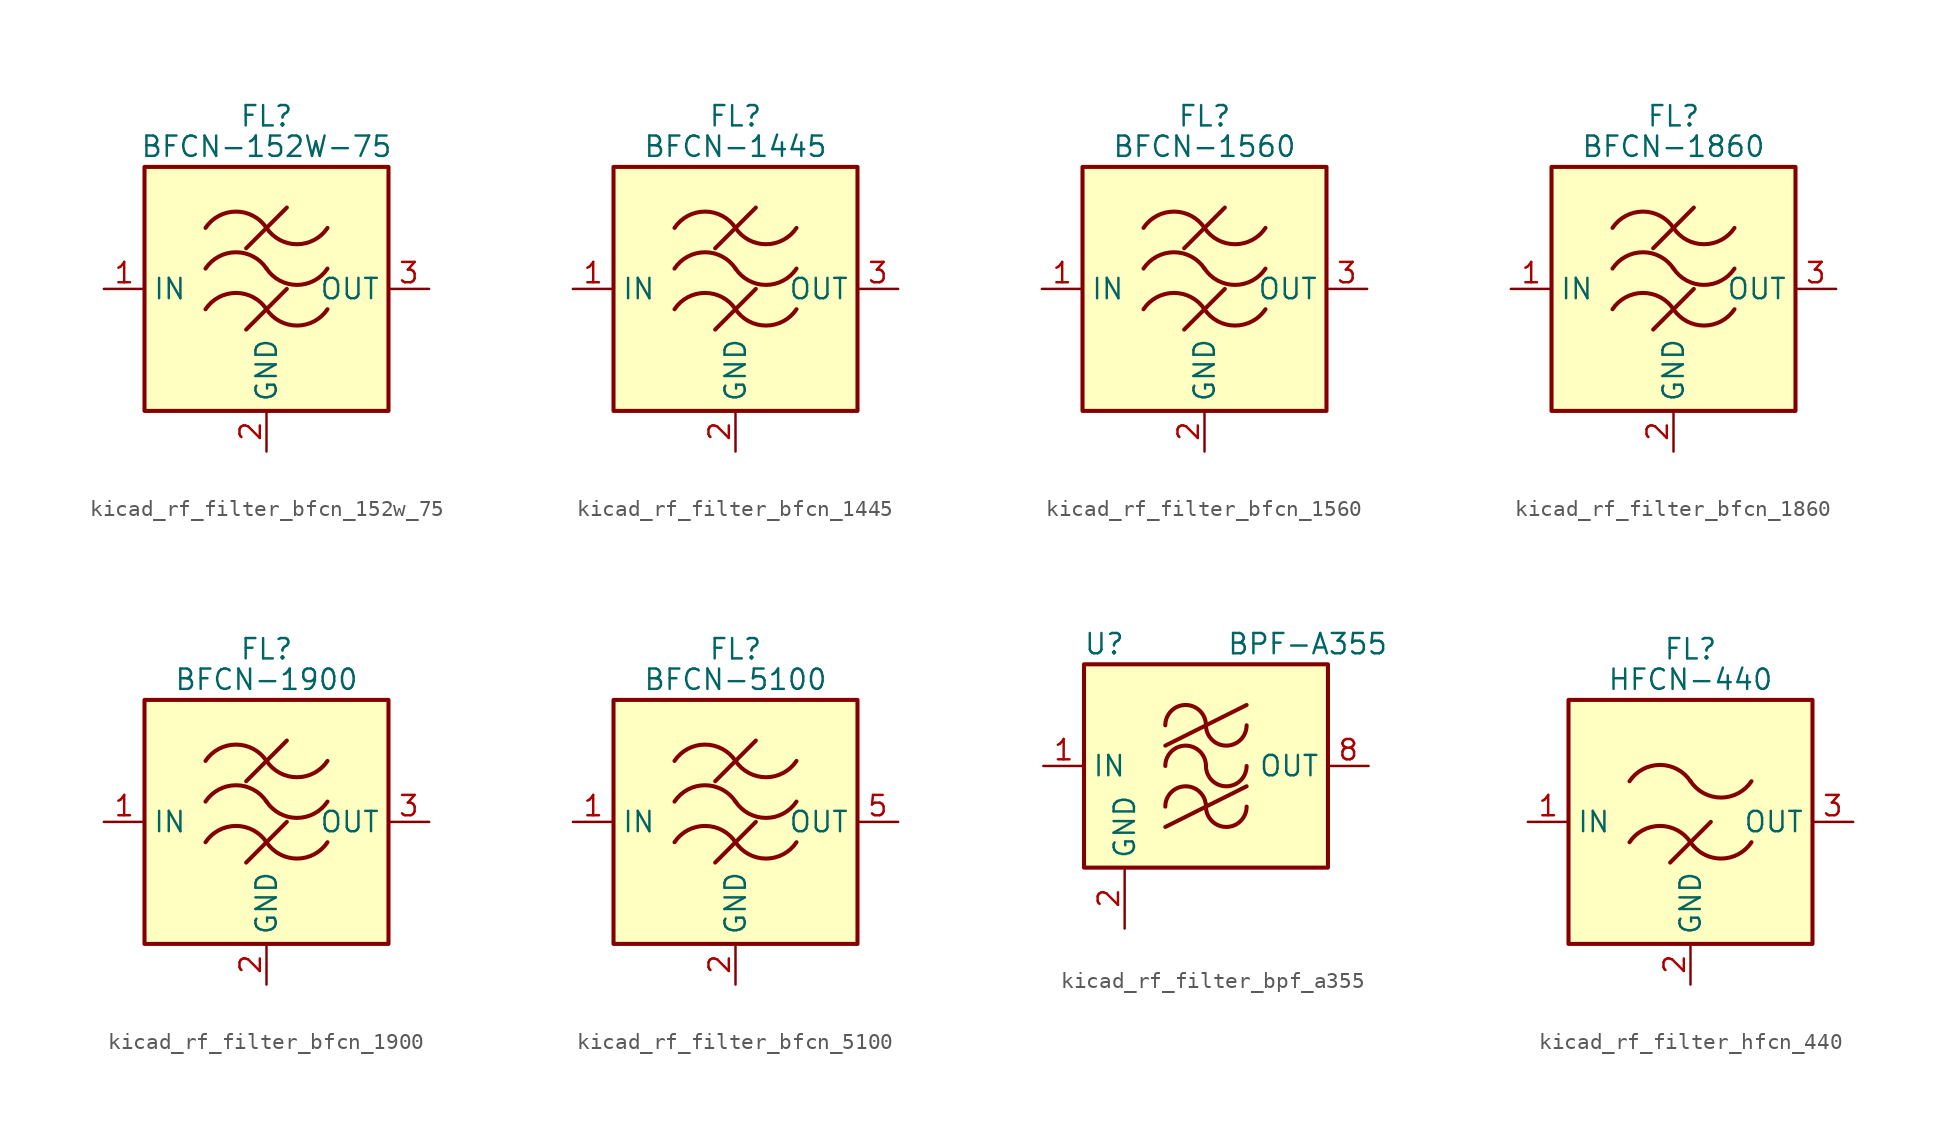
<source format=kicad_sym>
(kicad_symbol_lib
  (version 20220914)
  (generator kicad_symbol_editor)
  (symbol "kicad_rf_filter_bfcn_152w_75"
    (property "Reference" "FL"
      (at 0 10.795 0)
      (effects (font (size 1.27 1.27))))
    (property "Value" "BFCN-152W-75"
      (at 0 8.89 0)
      (effects (font (size 1.27 1.27))))
    (symbol "kicad_rf_filter_bfcn_152w_75_0_1"
      (rectangle (start -7.62 7.62) (end 7.62 -7.62) (stroke (width 0.254) (type default)) (fill (type background)))
      (arc (start 0 -1.27) (mid -1.905 -0.2505) (end -3.81 -1.27) (stroke (width 0.254) (type default)) (fill (type none)))
      (arc (start 0 -1.27) (mid 1.905 -2.2895) (end 3.81 -1.27) (stroke (width 0.254) (type default)) (fill (type none)))
      (polyline (pts (xy -1.27 -2.54) (xy 1.27 0)) (stroke (width 0.254) (type default)) (fill (type none)))
      (polyline (pts (xy -1.27 2.54) (xy 1.27 5.08)) (stroke (width 0.254) (type default)) (fill (type none)))
      (arc (start 0 1.27) (mid -1.905 2.2895) (end -3.81 1.27) (stroke (width 0.254) (type default)) (fill (type none)))
      (arc (start 0 1.27) (mid 1.905 0.2505) (end 3.81 1.27) (stroke (width 0.254) (type default)) (fill (type none)))
      (arc (start 0 3.81) (mid -1.905 4.8295) (end -3.81 3.81) (stroke (width 0.254) (type default)) (fill (type none)))
      (arc (start 0 3.81) (mid 1.905 2.7905) (end 3.81 3.81) (stroke (width 0.254) (type default)) (fill (type none))))
    (symbol "kicad_rf_filter_bfcn_152w_75_1_1"
      (pin passive line (at -10.16 0 0) (length 2.54) (name "IN" (effects (font (size 1.27 1.27)))) (number "1" (effects (font (size 1.27 1.27)))))
      (pin passive line (at 0 -10.16 90) (length 2.54) (name "GND" (effects (font (size 1.27 1.27)))) (number "2" (effects (font (size 1.27 1.27)))))
      (pin passive line (at 10.16 0 180) (length 2.54) (name "OUT" (effects (font (size 1.27 1.27)))) (number "3" (effects (font (size 1.27 1.27)))))))
  (symbol "kicad_rf_filter_bfcn_1445"
    (property "Reference" "FL"
      (at 0 10.795 0)
      (effects (font (size 1.27 1.27))))
    (property "Value" "BFCN-1445"
      (at 0 8.89 0)
      (effects (font (size 1.27 1.27))))
    (symbol "kicad_rf_filter_bfcn_1445_0_1"
      (rectangle (start -7.62 7.62) (end 7.62 -7.62) (stroke (width 0.254) (type default)) (fill (type background)))
      (arc (start 0 -1.27) (mid -1.905 -0.2505) (end -3.81 -1.27) (stroke (width 0.254) (type default)) (fill (type none)))
      (arc (start 0 -1.27) (mid 1.905 -2.2895) (end 3.81 -1.27) (stroke (width 0.254) (type default)) (fill (type none)))
      (polyline (pts (xy -1.27 -2.54) (xy 1.27 0)) (stroke (width 0.254) (type default)) (fill (type none)))
      (polyline (pts (xy -1.27 2.54) (xy 1.27 5.08)) (stroke (width 0.254) (type default)) (fill (type none)))
      (arc (start 0 1.27) (mid -1.905 2.2895) (end -3.81 1.27) (stroke (width 0.254) (type default)) (fill (type none)))
      (arc (start 0 1.27) (mid 1.905 0.2505) (end 3.81 1.27) (stroke (width 0.254) (type default)) (fill (type none)))
      (arc (start 0 3.81) (mid -1.905 4.8295) (end -3.81 3.81) (stroke (width 0.254) (type default)) (fill (type none)))
      (arc (start 0 3.81) (mid 1.905 2.7905) (end 3.81 3.81) (stroke (width 0.254) (type default)) (fill (type none))))
    (symbol "kicad_rf_filter_bfcn_1445_1_1"
      (pin passive line (at -10.16 0 0) (length 2.54) (name "IN" (effects (font (size 1.27 1.27)))) (number "1" (effects (font (size 1.27 1.27)))))
      (pin passive line (at 0 -10.16 90) (length 2.54) (name "GND" (effects (font (size 1.27 1.27)))) (number "2" (effects (font (size 1.27 1.27)))))
      (pin passive line (at 10.16 0 180) (length 2.54) (name "OUT" (effects (font (size 1.27 1.27)))) (number "3" (effects (font (size 1.27 1.27)))))
      (pin passive line (at 0 -10.16 90) (length 2.54) hide (name "GND" (effects (font (size 1.27 1.27)))) (number "4" (effects (font (size 1.27 1.27)))))))
  (symbol "kicad_rf_filter_bfcn_1560"
    (property "Reference" "FL"
      (at 0 10.795 0)
      (effects (font (size 1.27 1.27))))
    (property "Value" "BFCN-1560"
      (at 0 8.89 0)
      (effects (font (size 1.27 1.27))))
    (symbol "kicad_rf_filter_bfcn_1560_0_1"
      (rectangle (start -7.62 7.62) (end 7.62 -7.62) (stroke (width 0.254) (type default)) (fill (type background)))
      (arc (start 0 -1.27) (mid -1.905 -0.2505) (end -3.81 -1.27) (stroke (width 0.254) (type default)) (fill (type none)))
      (arc (start 0 -1.27) (mid 1.905 -2.2895) (end 3.81 -1.27) (stroke (width 0.254) (type default)) (fill (type none)))
      (polyline (pts (xy -1.27 -2.54) (xy 1.27 0)) (stroke (width 0.254) (type default)) (fill (type none)))
      (polyline (pts (xy -1.27 2.54) (xy 1.27 5.08)) (stroke (width 0.254) (type default)) (fill (type none)))
      (arc (start 0 1.27) (mid -1.905 2.2895) (end -3.81 1.27) (stroke (width 0.254) (type default)) (fill (type none)))
      (arc (start 0 1.27) (mid 1.905 0.2505) (end 3.81 1.27) (stroke (width 0.254) (type default)) (fill (type none)))
      (arc (start 0 3.81) (mid -1.905 4.8295) (end -3.81 3.81) (stroke (width 0.254) (type default)) (fill (type none)))
      (arc (start 0 3.81) (mid 1.905 2.7905) (end 3.81 3.81) (stroke (width 0.254) (type default)) (fill (type none))))
    (symbol "kicad_rf_filter_bfcn_1560_1_1"
      (pin passive line (at -10.16 0 0) (length 2.54) (name "IN" (effects (font (size 1.27 1.27)))) (number "1" (effects (font (size 1.27 1.27)))))
      (pin passive line (at 0 -10.16 90) (length 2.54) (name "GND" (effects (font (size 1.27 1.27)))) (number "2" (effects (font (size 1.27 1.27)))))
      (pin passive line (at 10.16 0 180) (length 2.54) (name "OUT" (effects (font (size 1.27 1.27)))) (number "3" (effects (font (size 1.27 1.27)))))
      (pin passive line (at 0 -10.16 90) (length 2.54) hide (name "GND" (effects (font (size 1.27 1.27)))) (number "4" (effects (font (size 1.27 1.27)))))
      (pin passive line (at 0 -10.16 90) (length 2.54) hide (name "GND" (effects (font (size 1.27 1.27)))) (number "5" (effects (font (size 1.27 1.27)))))
      (pin passive line (at 0 -10.16 90) (length 2.54) hide (name "GND" (effects (font (size 1.27 1.27)))) (number "6" (effects (font (size 1.27 1.27)))))))
  (symbol "kicad_rf_filter_bfcn_1860"
    (property "Reference" "FL"
      (at 0 10.795 0)
      (effects (font (size 1.27 1.27))))
    (property "Value" "BFCN-1860"
      (at 0 8.89 0)
      (effects (font (size 1.27 1.27))))
    (symbol "kicad_rf_filter_bfcn_1860_0_1"
      (rectangle (start -7.62 7.62) (end 7.62 -7.62) (stroke (width 0.254) (type default)) (fill (type background)))
      (arc (start 0 -1.27) (mid -1.905 -0.2505) (end -3.81 -1.27) (stroke (width 0.254) (type default)) (fill (type none)))
      (arc (start 0 -1.27) (mid 1.905 -2.2895) (end 3.81 -1.27) (stroke (width 0.254) (type default)) (fill (type none)))
      (polyline (pts (xy -1.27 -2.54) (xy 1.27 0)) (stroke (width 0.254) (type default)) (fill (type none)))
      (polyline (pts (xy -1.27 2.54) (xy 1.27 5.08)) (stroke (width 0.254) (type default)) (fill (type none)))
      (arc (start 0 1.27) (mid -1.905 2.2895) (end -3.81 1.27) (stroke (width 0.254) (type default)) (fill (type none)))
      (arc (start 0 1.27) (mid 1.905 0.2505) (end 3.81 1.27) (stroke (width 0.254) (type default)) (fill (type none)))
      (arc (start 0 3.81) (mid -1.905 4.8295) (end -3.81 3.81) (stroke (width 0.254) (type default)) (fill (type none)))
      (arc (start 0 3.81) (mid 1.905 2.7905) (end 3.81 3.81) (stroke (width 0.254) (type default)) (fill (type none))))
    (symbol "kicad_rf_filter_bfcn_1860_1_1"
      (pin passive line (at -10.16 0 0) (length 2.54) (name "IN" (effects (font (size 1.27 1.27)))) (number "1" (effects (font (size 1.27 1.27)))))
      (pin passive line (at 0 -10.16 90) (length 2.54) (name "GND" (effects (font (size 1.27 1.27)))) (number "2" (effects (font (size 1.27 1.27)))))
      (pin passive line (at 10.16 0 180) (length 2.54) (name "OUT" (effects (font (size 1.27 1.27)))) (number "3" (effects (font (size 1.27 1.27)))))
      (pin passive line (at 0 -10.16 90) (length 2.54) hide (name "GND" (effects (font (size 1.27 1.27)))) (number "4" (effects (font (size 1.27 1.27)))))))
  (symbol "kicad_rf_filter_bfcn_1900"
    (property "Reference" "FL"
      (at 0 10.795 0)
      (effects (font (size 1.27 1.27))))
    (property "Value" "BFCN-1900"
      (at 0 8.89 0)
      (effects (font (size 1.27 1.27))))
    (symbol "kicad_rf_filter_bfcn_1900_0_1"
      (rectangle (start -7.62 7.62) (end 7.62 -7.62) (stroke (width 0.254) (type default)) (fill (type background)))
      (arc (start 0 -1.27) (mid -1.905 -0.2505) (end -3.81 -1.27) (stroke (width 0.254) (type default)) (fill (type none)))
      (arc (start 0 -1.27) (mid 1.905 -2.2895) (end 3.81 -1.27) (stroke (width 0.254) (type default)) (fill (type none)))
      (polyline (pts (xy -1.27 -2.54) (xy 1.27 0)) (stroke (width 0.254) (type default)) (fill (type none)))
      (polyline (pts (xy -1.27 2.54) (xy 1.27 5.08)) (stroke (width 0.254) (type default)) (fill (type none)))
      (arc (start 0 1.27) (mid -1.905 2.2895) (end -3.81 1.27) (stroke (width 0.254) (type default)) (fill (type none)))
      (arc (start 0 1.27) (mid 1.905 0.2505) (end 3.81 1.27) (stroke (width 0.254) (type default)) (fill (type none)))
      (arc (start 0 3.81) (mid -1.905 4.8295) (end -3.81 3.81) (stroke (width 0.254) (type default)) (fill (type none)))
      (arc (start 0 3.81) (mid 1.905 2.7905) (end 3.81 3.81) (stroke (width 0.254) (type default)) (fill (type none))))
    (symbol "kicad_rf_filter_bfcn_1900_1_1"
      (pin passive line (at -10.16 0 0) (length 2.54) (name "IN" (effects (font (size 1.27 1.27)))) (number "1" (effects (font (size 1.27 1.27)))))
      (pin passive line (at 0 -10.16 90) (length 2.54) (name "GND" (effects (font (size 1.27 1.27)))) (number "2" (effects (font (size 1.27 1.27)))))
      (pin passive line (at 10.16 0 180) (length 2.54) (name "OUT" (effects (font (size 1.27 1.27)))) (number "3" (effects (font (size 1.27 1.27)))))
      (pin passive line (at 0 -10.16 90) (length 2.54) hide (name "GND" (effects (font (size 1.27 1.27)))) (number "4" (effects (font (size 1.27 1.27)))))))
  (symbol "kicad_rf_filter_bfcn_5100"
    (property "Reference" "FL"
      (at 0 10.795 0)
      (effects (font (size 1.27 1.27))))
    (property "Value" "BFCN-5100"
      (at 0 8.89 0)
      (effects (font (size 1.27 1.27))))
    (symbol "kicad_rf_filter_bfcn_5100_0_1"
      (rectangle (start -7.62 7.62) (end 7.62 -7.62) (stroke (width 0.254) (type default)) (fill (type background)))
      (arc (start 0 -1.27) (mid -1.905 -0.2505) (end -3.81 -1.27) (stroke (width 0.254) (type default)) (fill (type none)))
      (arc (start 0 -1.27) (mid 1.905 -2.2895) (end 3.81 -1.27) (stroke (width 0.254) (type default)) (fill (type none)))
      (polyline (pts (xy -1.27 -2.54) (xy 1.27 0)) (stroke (width 0.254) (type default)) (fill (type none)))
      (polyline (pts (xy -1.27 2.54) (xy 1.27 5.08)) (stroke (width 0.254) (type default)) (fill (type none)))
      (arc (start 0 1.27) (mid -1.905 2.2895) (end -3.81 1.27) (stroke (width 0.254) (type default)) (fill (type none)))
      (arc (start 0 1.27) (mid 1.905 0.2505) (end 3.81 1.27) (stroke (width 0.254) (type default)) (fill (type none)))
      (arc (start 0 3.81) (mid -1.905 4.8295) (end -3.81 3.81) (stroke (width 0.254) (type default)) (fill (type none)))
      (arc (start 0 3.81) (mid 1.905 2.7905) (end 3.81 3.81) (stroke (width 0.254) (type default)) (fill (type none))))
    (symbol "kicad_rf_filter_bfcn_5100_1_1"
      (pin passive line (at -10.16 0 0) (length 2.54) (name "IN" (effects (font (size 1.27 1.27)))) (number "1" (effects (font (size 1.27 1.27)))))
      (pin passive line (at 0 -10.16 90) (length 2.54) (name "GND" (effects (font (size 1.27 1.27)))) (number "2" (effects (font (size 1.27 1.27)))))
      (pin passive line (at 0 -10.16 90) (length 2.54) hide (name "GND" (effects (font (size 1.27 1.27)))) (number "3" (effects (font (size 1.27 1.27)))))
      (pin passive line (at 0 -10.16 90) (length 2.54) hide (name "GND" (effects (font (size 1.27 1.27)))) (number "4" (effects (font (size 1.27 1.27)))))
      (pin passive line (at 10.16 0 180) (length 2.54) (name "OUT" (effects (font (size 1.27 1.27)))) (number "5" (effects (font (size 1.27 1.27)))))
      (pin passive line (at 0 -10.16 90) (length 2.54) hide (name "GND" (effects (font (size 1.27 1.27)))) (number "6" (effects (font (size 1.27 1.27)))))
      (pin passive line (at 0 -10.16 90) (length 2.54) hide (name "GND" (effects (font (size 1.27 1.27)))) (number "7" (effects (font (size 1.27 1.27)))))
      (pin passive line (at 0 -10.16 90) (length 2.54) hide (name "GND" (effects (font (size 1.27 1.27)))) (number "8" (effects (font (size 1.27 1.27)))))))
  (symbol "kicad_rf_filter_bpf_a355"
    (property "Reference" "U"
      (at -6.35 7.62 0)
      (effects (font (size 1.27 1.27))))
    (property "Value" "BPF-A355"
      (at 6.35 7.62 0)
      (effects (font (size 1.27 1.27))))
    (symbol "kicad_rf_filter_bpf_a355_0_1"
      (rectangle (start -7.62 6.35) (end 7.62 -6.35) (stroke (width 0.254) (type default)) (fill (type background)))
      (arc (start 0 -2.54) (mid -1.27 -1.2755) (end -2.54 -2.54) (stroke (width 0.254) (type default)) (fill (type none)))
      (arc (start 0 -2.54) (mid 1.27 -3.8045) (end 2.54 -2.54) (stroke (width 0.254) (type default)) (fill (type none)))
      (arc (start 0 0) (mid -1.27 1.2645) (end -2.54 0) (stroke (width 0.254) (type default)) (fill (type none)))
      (polyline (pts (xy -2.54 -3.81) (xy 2.54 -1.27)) (stroke (width 0.254) (type default)) (fill (type none)))
      (polyline (pts (xy -2.54 1.27) (xy 2.54 3.81)) (stroke (width 0.254) (type default)) (fill (type none)))
      (arc (start 0 0) (mid 1.27 -1.2645) (end 2.54 0) (stroke (width 0.254) (type default)) (fill (type none)))
      (arc (start 0 2.54) (mid -1.27 3.8045) (end -2.54 2.54) (stroke (width 0.254) (type default)) (fill (type none)))
      (arc (start 0 2.54) (mid 1.27 1.2755) (end 2.54 2.54) (stroke (width 0.254) (type default)) (fill (type none))))
    (symbol "kicad_rf_filter_bpf_a355_1_1"
      (pin input line (at -10.16 0 0) (length 2.54) (name "IN" (effects (font (size 1.27 1.27)))) (number "1" (effects (font (size 1.27 1.27)))))
      (pin passive line (at -5.08 -10.16 90) (length 3.81) hide (name "GND" (effects (font (size 1.27 1.27)))) (number "10" (effects (font (size 1.27 1.27)))))
      (pin passive line (at -5.08 -10.16 90) (length 3.81) hide (name "GND" (effects (font (size 1.27 1.27)))) (number "11" (effects (font (size 1.27 1.27)))))
      (pin passive line (at -5.08 -10.16 90) (length 3.81) hide (name "GND" (effects (font (size 1.27 1.27)))) (number "12" (effects (font (size 1.27 1.27)))))
      (pin passive line (at -5.08 -10.16 90) (length 3.81) hide (name "GND" (effects (font (size 1.27 1.27)))) (number "13" (effects (font (size 1.27 1.27)))))
      (pin passive line (at -5.08 -10.16 90) (length 3.81) hide (name "GND" (effects (font (size 1.27 1.27)))) (number "14" (effects (font (size 1.27 1.27)))))
      (pin power_in line (at -5.08 -10.16 90) (length 3.81) (name "GND" (effects (font (size 1.27 1.27)))) (number "2" (effects (font (size 1.27 1.27)))))
      (pin passive line (at -5.08 -10.16 90) (length 3.81) hide (name "GND" (effects (font (size 1.27 1.27)))) (number "3" (effects (font (size 1.27 1.27)))))
      (pin passive line (at -5.08 -10.16 90) (length 3.81) hide (name "GND" (effects (font (size 1.27 1.27)))) (number "4" (effects (font (size 1.27 1.27)))))
      (pin passive line (at -5.08 -10.16 90) (length 3.81) hide (name "GND" (effects (font (size 1.27 1.27)))) (number "5" (effects (font (size 1.27 1.27)))))
      (pin passive line (at -5.08 -10.16 90) (length 3.81) hide (name "GND" (effects (font (size 1.27 1.27)))) (number "6" (effects (font (size 1.27 1.27)))))
      (pin passive line (at -5.08 -10.16 90) (length 3.81) hide (name "GND" (effects (font (size 1.27 1.27)))) (number "7" (effects (font (size 1.27 1.27)))))
      (pin output line (at 10.16 0 180) (length 2.54) (name "OUT" (effects (font (size 1.27 1.27)))) (number "8" (effects (font (size 1.27 1.27)))))
      (pin passive line (at -5.08 -10.16 90) (length 3.81) hide (name "GND" (effects (font (size 1.27 1.27)))) (number "9" (effects (font (size 1.27 1.27)))))))
  (symbol "kicad_rf_filter_hfcn_440"
    (property "Reference" "FL"
      (at 0 10.795 0)
      (effects (font (size 1.27 1.27))))
    (property "Value" "HFCN-440"
      (at 0 8.89 0)
      (effects (font (size 1.27 1.27))))
    (symbol "kicad_rf_filter_hfcn_440_0_1"
      (rectangle (start -7.62 7.62) (end 7.62 -7.62) (stroke (width 0.254) (type default)) (fill (type background)))
      (arc (start 0 -1.27) (mid -1.905 -0.2505) (end -3.81 -1.27) (stroke (width 0.254) (type default)) (fill (type none)))
      (arc (start 0 -1.27) (mid 1.905 -2.2895) (end 3.81 -1.27) (stroke (width 0.254) (type default)) (fill (type none)))
      (polyline (pts (xy -1.27 -2.54) (xy 1.27 0)) (stroke (width 0.254) (type default)) (fill (type none)))
      (arc (start 0 2.54) (mid -1.905 3.5595) (end -3.81 2.54) (stroke (width 0.254) (type default)) (fill (type none)))
      (arc (start 0 2.54) (mid 1.905 1.5205) (end 3.81 2.54) (stroke (width 0.254) (type default)) (fill (type none))))
    (symbol "kicad_rf_filter_hfcn_440_1_1"
      (pin passive line (at -10.16 0 0) (length 2.54) (name "IN" (effects (font (size 1.27 1.27)))) (number "1" (effects (font (size 1.27 1.27)))))
      (pin passive line (at 0 -10.16 90) (length 2.54) (name "GND" (effects (font (size 1.27 1.27)))) (number "2" (effects (font (size 1.27 1.27)))))
      (pin passive line (at 10.16 0 180) (length 2.54) (name "OUT" (effects (font (size 1.27 1.27)))) (number "3" (effects (font (size 1.27 1.27)))))
      (pin passive line (at 0 -10.16 90) (length 2.54) hide (name "GND" (effects (font (size 1.27 1.27)))) (number "4" (effects (font (size 1.27 1.27))))))))
</source>
